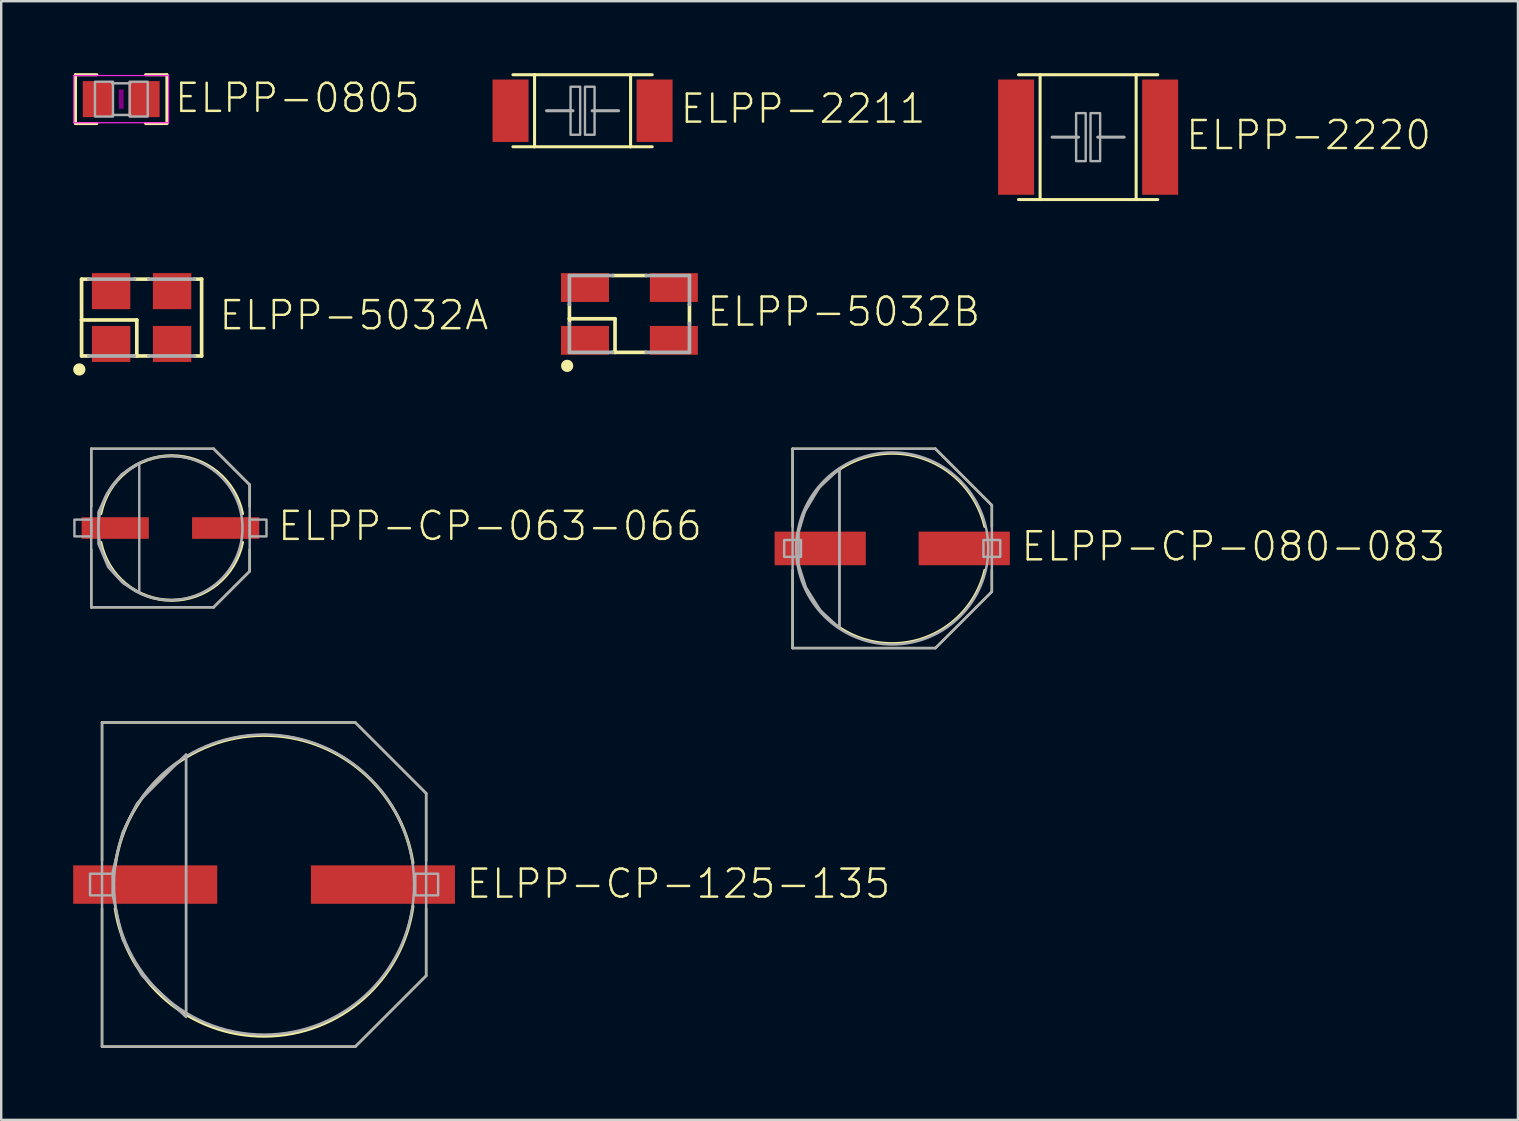
<source format=kicad_pcb>
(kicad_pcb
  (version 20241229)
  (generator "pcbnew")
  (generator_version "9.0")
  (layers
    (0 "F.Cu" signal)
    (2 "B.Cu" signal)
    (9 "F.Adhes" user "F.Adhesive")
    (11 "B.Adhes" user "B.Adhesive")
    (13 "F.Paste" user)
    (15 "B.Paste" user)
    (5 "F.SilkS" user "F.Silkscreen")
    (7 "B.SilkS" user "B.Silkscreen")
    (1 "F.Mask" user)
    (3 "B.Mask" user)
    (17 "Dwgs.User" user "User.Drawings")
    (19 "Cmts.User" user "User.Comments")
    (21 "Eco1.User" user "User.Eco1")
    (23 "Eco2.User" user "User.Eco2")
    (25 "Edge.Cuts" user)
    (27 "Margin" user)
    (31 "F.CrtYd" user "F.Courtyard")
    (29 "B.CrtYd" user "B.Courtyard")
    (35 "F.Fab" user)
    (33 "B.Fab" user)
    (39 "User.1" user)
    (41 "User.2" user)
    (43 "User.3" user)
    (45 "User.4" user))
  (footprint "ELPP-CP-063-066"
    (layer "F.Cu")
    (at 4.05 18.944)
    (property "Reference" "ELPP-CP-063-066" (at 4.4 0.6 0) (unlocked yes) (layer "F.SilkS") (effects (font (size 1.168 1.168) (thickness 0.102)) (justify left bottom)))
    (fp_line (start -3.3 -3.3) (end 1.8 -3.3) (stroke (width 0.102) (type solid)) (layer "F.SilkS"))
    (fp_line (start -3.3 -0.9) (end -3.3 -3.3) (stroke (width 0.102) (type solid)) (layer "F.SilkS"))
    (fp_line (start -3.3 3.3) (end -3.3 0.9) (stroke (width 0.102) (type solid)) (layer "F.SilkS"))
    (fp_line (start 1.8 -3.3) (end 3.3 -1.8) (stroke (width 0.102) (type solid)) (layer "F.SilkS"))
    (fp_line (start 1.8 3.3) (end -3.3 3.3) (stroke (width 0.102) (type solid)) (layer "F.SilkS"))
    (fp_line (start 3.3 -1.8) (end 3.3 -0.9) (stroke (width 0.102) (type solid)) (layer "F.SilkS"))
    (fp_line (start 3.3 0.9) (end 3.3 1.8) (stroke (width 0.102) (type solid)) (layer "F.SilkS"))
    (fp_line (start 3.3 1.8) (end 1.8 3.3) (stroke (width 0.102) (type solid)) (layer "F.SilkS"))
    (fp_arc (start -2.9 -0.6) (mid 0.05 -3.010399) (end 3 -0.6) (stroke (width 0.127) (type solid)) (layer "F.SilkS"))
    (fp_arc (start 3 0.6) (mid 0.05 3.010399) (end -2.9 0.6) (stroke (width 0.127) (type solid)) (layer "F.SilkS"))
    (fp_line (start -3.3 -3.3) (end 1.8 -3.3) (stroke (width 0.102) (type solid)) (layer "F.Fab"))
    (fp_line (start -3.3 3.3) (end -3.3 -3.3) (stroke (width 0.102) (type solid)) (layer "F.Fab"))
    (fp_line (start 1.8 -3.3) (end 3.3 -1.8) (stroke (width 0.102) (type solid)) (layer "F.Fab"))
    (fp_line (start 1.8 3.3) (end -3.3 3.3) (stroke (width 0.102) (type solid)) (layer "F.Fab"))
    (fp_line (start 3.3 -1.8) (end 3.3 1.8) (stroke (width 0.102) (type solid)) (layer "F.Fab"))
    (fp_line (start 3.3 1.8) (end 1.8 3.3) (stroke (width 0.102) (type solid)) (layer "F.Fab"))
    (fp_circle (center 0 0) (end 3 0) (stroke (width 0.102) (type solid)) (fill no) (layer "F.Fab"))
    (fp_poly (pts (xy -4 0.35) (xy -3.3 0.35) (xy -3.3 -0.35) (xy -4 -0.35)) (stroke (width 0.1) (type default)) (fill no) (layer "F.Fab"))
    (fp_poly (pts (xy 3.3 0.35) (xy 4 0.35) (xy 4 -0.35) (xy 3.3 -0.35)) (stroke (width 0.1) (type default)) (fill no) (layer "F.Fab"))
    (fp_poly (pts (xy -1.299 2.688) (xy -1.982 2.29) (xy -2.593 1.628) (xy -3.001 0.66) (xy -3.001 -0.661) (xy -2.644 -1.426) (xy -2.035 -2.238) (xy -1.299 -2.691)) (stroke (width 0.1) (type default)) (fill no) (layer "F.Fab"))
    (pad "+" smd rect (at 2.3 0) (size 2.8 0.9) (layers "F.Cu" "F.Mask" "F.Paste"))
    (pad "-" smd rect (at -2.3 0) (size 2.8 0.9) (layers "F.Cu" "F.Mask" "F.Paste")))
  (footprint "ELPP-0805"
    (layer "F.Cu")
    (at 1.998 1.079)
    (property "Reference" "ELPP-0805" (at 2.159 0.635 0) (unlocked yes) (layer "F.SilkS") (effects (font (size 1.168 1.168) (thickness 0.102)) (justify left bottom)))
    (fp_line (start -1.905 -1.016) (end -1.905 1.016) (stroke (width 0.127) (type solid)) (layer "F.SilkS"))
    (fp_line (start -1.905 1.016) (end -1.016 1.016) (stroke (width 0.127) (type solid)) (layer "F.SilkS"))
    (fp_line (start -1.016 -1.016) (end -1.905 -1.016) (stroke (width 0.127) (type solid)) (layer "F.SilkS"))
    (fp_line (start 1.016 -1.016) (end 1.905 -1.016) (stroke (width 0.127) (type solid)) (layer "F.SilkS"))
    (fp_line (start 1.905 -1.016) (end 1.905 1.016) (stroke (width 0.127) (type solid)) (layer "F.SilkS"))
    (fp_line (start 1.905 1.016) (end 1.016 1.016) (stroke (width 0.127) (type solid)) (layer "F.SilkS"))
    (fp_poly (pts (xy -0.1 0.4) (xy 0.1 0.4) (xy 0.1 -0.4) (xy -0.1 -0.4)) (stroke (width 0) (type default)) (fill yes) (layer "F.Adhes"))
    (fp_line (start -1.973 -0.983) (end 1.973 -0.983) (stroke (width 0.051) (type solid)) (layer "F.CrtYd"))
    (fp_line (start -1.973 0.983) (end -1.973 -0.983) (stroke (width 0.051) (type solid)) (layer "F.CrtYd"))
    (fp_line (start 1.973 -0.983) (end 1.973 0.983) (stroke (width 0.051) (type solid)) (layer "F.CrtYd"))
    (fp_line (start 1.973 0.983) (end -1.973 0.983) (stroke (width 0.051) (type solid)) (layer "F.CrtYd"))
    (fp_line (start -0.381 -0.66) (end 0.381 -0.66) (stroke (width 0.102) (type solid)) (layer "F.Fab"))
    (fp_line (start -0.356 0.66) (end 0.381 0.66) (stroke (width 0.102) (type solid)) (layer "F.Fab"))
    (fp_poly (pts (xy -1.092 0.724) (xy -0.342 0.724) (xy -0.342 -0.726) (xy -1.092 -0.726)) (stroke (width 0.1) (type default)) (fill no) (layer "F.Fab"))
    (fp_poly (pts (xy 0.356 0.724) (xy 1.106 0.724) (xy 1.106 -0.726) (xy 0.356 -0.726)) (stroke (width 0.1) (type default)) (fill no) (layer "F.Fab"))
    (pad "1" smd rect (at -0.95 0) (size 1.3 1.5) (layers "F.Cu" "F.Mask" "F.Paste"))
    (pad "2" smd rect (at 0.95 0) (size 1.3 1.5) (layers "F.Cu" "F.Mask" "F.Paste")))
  (footprint "ELPP-5032B"
    (layer "F.Cu")
    (at 23.168 10.027)
    (property "Reference" "ELPP-5032B" (at 3.16 0.59 0) (unlocked yes) (layer "F.SilkS") (effects (font (size 1.168 1.168) (thickness 0.102)) (justify left bottom)))
    (fp_line (start -2.5 0.2) (end -2.5 -0.4) (stroke (width 0.152) (type solid)) (layer "F.SilkS"))
    (fp_line (start -2.5 0.2) (end -0.6 0.2) (stroke (width 0.152) (type solid)) (layer "F.SilkS"))
    (fp_line (start -2.5 0.4) (end -2.5 0.2) (stroke (width 0.152) (type solid)) (layer "F.SilkS"))
    (fp_line (start -0.7 -1.6) (end 0.7 -1.6) (stroke (width 0.152) (type solid)) (layer "F.SilkS"))
    (fp_line (start -0.7 1.6) (end -0.6 1.6) (stroke (width 0.152) (type solid)) (layer "F.SilkS"))
    (fp_line (start -0.6 0.2) (end -0.6 1.6) (stroke (width 0.152) (type solid)) (layer "F.SilkS"))
    (fp_line (start -0.6 1.6) (end 0.7 1.6) (stroke (width 0.152) (type solid)) (layer "F.SilkS"))
    (fp_line (start 2.5 0.4) (end 2.5 -0.4) (stroke (width 0.152) (type solid)) (layer "F.SilkS"))
    (fp_circle (center -2.594 2.162) (end -2.467 2.162) (stroke (width 0.254) (type solid)) (fill yes) (layer "F.SilkS"))
    (fp_line (start -2.5 -1.6) (end -2.5 -0.4) (stroke (width 0.152) (type solid)) (layer "F.Fab"))
    (fp_line (start -2.5 -1.6) (end -0.7 -1.6) (stroke (width 0.152) (type solid)) (layer "F.Fab"))
    (fp_line (start -2.5 1.6) (end -2.5 0.4) (stroke (width 0.152) (type solid)) (layer "F.Fab"))
    (fp_line (start -2.5 1.6) (end -0.7 1.6) (stroke (width 0.152) (type solid)) (layer "F.Fab"))
    (fp_line (start 0.7 -1.6) (end 2.5 -1.6) (stroke (width 0.152) (type solid)) (layer "F.Fab"))
    (fp_line (start 0.7 1.6) (end 2.5 1.6) (stroke (width 0.152) (type solid)) (layer "F.Fab"))
    (fp_line (start 2.5 -1.6) (end 2.5 -0.4) (stroke (width 0.152) (type solid)) (layer "F.Fab"))
    (fp_line (start 2.5 1.6) (end 2.5 0.4) (stroke (width 0.152) (type solid)) (layer "F.Fab"))
    (pad "1" smd rect (at -1.85 1.1 90) (size 1.2 2) (layers "F.Cu" "F.Mask" "F.Paste"))
    (pad "2" smd rect (at 1.85 1.1 90) (size 1.2 2) (layers "F.Cu" "F.Mask" "F.Paste"))
    (pad "3" smd rect (at 1.85 -1.1 270) (size 1.2 2) (layers "F.Cu" "F.Mask" "F.Paste"))
    (pad "4" smd rect (at -1.85 -1.1 270) (size 1.2 2) (layers "F.Cu" "F.Mask" "F.Paste")))
  (footprint "ELPP-2220"
    (layer "F.Cu")
    (at 42.274 2.663)
    (property "Reference" "ELPP-2220" (at 4 0.6 0) (unlocked yes) (layer "F.SilkS") (effects (font (size 1.168 1.168) (thickness 0.102)) (justify left bottom)))
    (fp_line (start -2.9 -2.6) (end -2 -2.6) (stroke (width 0.127) (type solid)) (layer "F.SilkS"))
    (fp_line (start -2.9 2.6) (end -2 2.6) (stroke (width 0.127) (type solid)) (layer "F.SilkS"))
    (fp_line (start -2 -2.6) (end -2 2.6) (stroke (width 0.127) (type solid)) (layer "F.SilkS"))
    (fp_line (start -2 -2.6) (end 2 -2.6) (stroke (width 0.127) (type solid)) (layer "F.SilkS"))
    (fp_line (start -2 2.6) (end 2 2.6) (stroke (width 0.127) (type solid)) (layer "F.SilkS"))
    (fp_line (start 2 -2.6) (end 2 2.6) (stroke (width 0.127) (type solid)) (layer "F.SilkS"))
    (fp_line (start 2 -2.6) (end 2.9 -2.6) (stroke (width 0.127) (type solid)) (layer "F.SilkS"))
    (fp_line (start 2 2.6) (end 2.9 2.6) (stroke (width 0.127) (type solid)) (layer "F.SilkS"))
    (fp_line (start -0.4 0) (end -1.5 0) (stroke (width 0.127) (type solid)) (layer "F.Fab"))
    (fp_line (start 0.4 0) (end 1.5 0) (stroke (width 0.127) (type solid)) (layer "F.Fab"))
    (fp_poly (pts (xy -0.5 1) (xy -0.1 1) (xy -0.1 -1) (xy -0.5 -1)) (stroke (width 0.1) (type default)) (fill no) (layer "F.Fab"))
    (fp_poly (pts (xy 0.1 1) (xy 0.5 1) (xy 0.5 -1) (xy 0.1 -1)) (stroke (width 0.1) (type default)) (fill no) (layer "F.Fab"))
    (pad "1" smd rect (at -3 0 90) (size 4.8 1.5) (layers "F.Cu" "F.Mask" "F.Paste"))
    (pad "2" smd rect (at 3 0 270) (size 4.8 1.5) (layers "F.Cu" "F.Mask" "F.Paste")))
  (footprint "ELPP-5032A"
    (layer "F.Cu")
    (at 2.848 10.177)
    (property "Reference" "ELPP-5032A" (at 3.16 0.59 0) (unlocked yes) (layer "F.SilkS") (effects (font (size 1.168 1.168) (thickness 0.102)) (justify left bottom)))
    (fp_line (start -2.5 -1.6) (end -2.2 -1.6) (stroke (width 0.152) (type solid)) (layer "F.SilkS"))
    (fp_line (start -2.5 0.1) (end -2.5 -1.6) (stroke (width 0.152) (type solid)) (layer "F.SilkS"))
    (fp_line (start -2.5 0.1) (end -0.2 0.1) (stroke (width 0.152) (type solid)) (layer "F.SilkS"))
    (fp_line (start -2.5 1.6) (end -2.5 0.1) (stroke (width 0.152) (type solid)) (layer "F.SilkS"))
    (fp_line (start -2.5 1.6) (end -2.2 1.6) (stroke (width 0.152) (type solid)) (layer "F.SilkS"))
    (fp_line (start -0.3 -1.6) (end 0.3 -1.6) (stroke (width 0.152) (type solid)) (layer "F.SilkS"))
    (fp_line (start -0.3 1.6) (end -0.2 1.6) (stroke (width 0.152) (type solid)) (layer "F.SilkS"))
    (fp_line (start -0.2 0.1) (end -0.2 1.6) (stroke (width 0.152) (type solid)) (layer "F.SilkS"))
    (fp_line (start -0.2 1.6) (end 0.3 1.6) (stroke (width 0.152) (type solid)) (layer "F.SilkS"))
    (fp_line (start 2.2 -1.6) (end 2.5 -1.6) (stroke (width 0.152) (type solid)) (layer "F.SilkS"))
    (fp_line (start 2.2 1.6) (end 2.5 1.6) (stroke (width 0.152) (type solid)) (layer "F.SilkS"))
    (fp_line (start 2.5 1.6) (end 2.5 -1.6) (stroke (width 0.152) (type solid)) (layer "F.SilkS"))
    (fp_circle (center -2.594 2.162) (end -2.467 2.162) (stroke (width 0.254) (type solid)) (fill yes) (layer "F.SilkS"))
    (fp_line (start -2.2 -1.6) (end -0.3 -1.6) (stroke (width 0.152) (type solid)) (layer "F.Fab"))
    (fp_line (start -2.2 1.6) (end -0.3 1.6) (stroke (width 0.152) (type solid)) (layer "F.Fab"))
    (fp_line (start 0.3 -1.6) (end 2.2 -1.6) (stroke (width 0.152) (type solid)) (layer "F.Fab"))
    (fp_line (start 0.3 1.6) (end 2.2 1.6) (stroke (width 0.152) (type solid)) (layer "F.Fab"))
    (pad "1" smd rect (at -1.27 1.1 90) (size 1.5 1.6) (layers "F.Cu" "F.Mask" "F.Paste"))
    (pad "2" smd rect (at 1.27 1.1 90) (size 1.5 1.6) (layers "F.Cu" "F.Mask" "F.Paste"))
    (pad "3" smd rect (at 1.27 -1.1 270) (size 1.5 1.6) (layers "F.Cu" "F.Mask" "F.Paste"))
    (pad "4" smd rect (at -1.27 -1.1 270) (size 1.5 1.6) (layers "F.Cu" "F.Mask" "F.Paste")))
  (footprint "ELPP-2211"
    (layer "F.Cu")
    (at 21.216 1.563)
    (property "Reference" "ELPP-2211" (at 4 0.6 0) (unlocked yes) (layer "F.SilkS") (effects (font (size 1.168 1.168) (thickness 0.102)) (justify left bottom)))
    (fp_line (start -2.9 -1.5) (end -2 -1.5) (stroke (width 0.127) (type solid)) (layer "F.SilkS"))
    (fp_line (start -2.9 1.5) (end -2 1.5) (stroke (width 0.127) (type solid)) (layer "F.SilkS"))
    (fp_line (start -2 -1.5) (end -2 1.5) (stroke (width 0.127) (type solid)) (layer "F.SilkS"))
    (fp_line (start -2 -1.5) (end 2 -1.5) (stroke (width 0.127) (type solid)) (layer "F.SilkS"))
    (fp_line (start -2 1.5) (end 2 1.5) (stroke (width 0.127) (type solid)) (layer "F.SilkS"))
    (fp_line (start 2 -1.5) (end 2 1.5) (stroke (width 0.127) (type solid)) (layer "F.SilkS"))
    (fp_line (start 2 -1.5) (end 2.9 -1.5) (stroke (width 0.127) (type solid)) (layer "F.SilkS"))
    (fp_line (start 2 1.5) (end 2.9 1.5) (stroke (width 0.127) (type solid)) (layer "F.SilkS"))
    (fp_line (start -0.4 0) (end -1.5 0) (stroke (width 0.127) (type solid)) (layer "F.Fab"))
    (fp_line (start 0.4 0) (end 1.5 0) (stroke (width 0.127) (type solid)) (layer "F.Fab"))
    (fp_poly (pts (xy -0.5 1) (xy -0.1 1) (xy -0.1 -1) (xy -0.5 -1)) (stroke (width 0.1) (type default)) (fill no) (layer "F.Fab"))
    (fp_poly (pts (xy 0.1 1) (xy 0.5 1) (xy 0.5 -1) (xy 0.1 -1)) (stroke (width 0.1) (type default)) (fill no) (layer "F.Fab"))
    (pad "1" smd rect (at -3 0 90) (size 2.6 1.5) (layers "F.Cu" "F.Mask" "F.Paste"))
    (pad "2" smd rect (at 3 0 270) (size 2.6 1.5) (layers "F.Cu" "F.Mask" "F.Paste")))
  (footprint "ELPP-CP-080-083"
    (layer "F.Cu")
    (at 34.114 19.794)
    (property "Reference" "ELPP-CP-080-083" (at 5.3 0.6 0) (unlocked yes) (layer "F.SilkS") (effects (font (size 1.168 1.168) (thickness 0.102)) (justify left bottom)))
    (fp_line (start -4.15 -4.15) (end 1.8 -4.15) (stroke (width 0.102) (type solid)) (layer "F.SilkS"))
    (fp_line (start -4.15 -0.9) (end -4.15 -4.15) (stroke (width 0.102) (type solid)) (layer "F.SilkS"))
    (fp_line (start -4.15 4.15) (end -4.15 0.9) (stroke (width 0.102) (type solid)) (layer "F.SilkS"))
    (fp_line (start 1.8 -4.15) (end 4.15 -1.8) (stroke (width 0.102) (type solid)) (layer "F.SilkS"))
    (fp_line (start 1.8 4.15) (end -4.15 4.15) (stroke (width 0.102) (type solid)) (layer "F.SilkS"))
    (fp_line (start 4.15 -1.8) (end 4.15 -0.9) (stroke (width 0.102) (type solid)) (layer "F.SilkS"))
    (fp_line (start 4.15 0.9) (end 4.15 1.8) (stroke (width 0.102) (type solid)) (layer "F.SilkS"))
    (fp_line (start 4.15 1.8) (end 1.8 4.15) (stroke (width 0.102) (type solid)) (layer "F.SilkS"))
    (fp_arc (start -3.85 -0.9) (mid 0 -3.953796) (end 3.85 -0.9) (stroke (width 0.1016) (type solid)) (layer "F.SilkS"))
    (fp_arc (start 3.85 0.9) (mid 0 3.953796) (end -3.85 0.9) (stroke (width 0.1016) (type solid)) (layer "F.SilkS"))
    (fp_line (start -4.15 -4.15) (end 1.8 -4.15) (stroke (width 0.102) (type solid)) (layer "F.Fab"))
    (fp_line (start -4.15 4.15) (end -4.15 -4.15) (stroke (width 0.102) (type solid)) (layer "F.Fab"))
    (fp_line (start -2.2 -3.25) (end -2.2 3.25) (stroke (width 0.102) (type solid)) (layer "F.Fab"))
    (fp_line (start 1.8 -4.15) (end 4.15 -1.8) (stroke (width 0.102) (type solid)) (layer "F.Fab"))
    (fp_line (start 1.8 4.15) (end -4.15 4.15) (stroke (width 0.102) (type solid)) (layer "F.Fab"))
    (fp_line (start 4.15 -1.8) (end 4.15 1.8) (stroke (width 0.102) (type solid)) (layer "F.Fab"))
    (fp_line (start 4.15 1.8) (end 1.8 4.15) (stroke (width 0.102) (type solid)) (layer "F.Fab"))
    (fp_circle (center 0 0) (end 4 0) (stroke (width 0.102) (type solid)) (fill no) (layer "F.Fab"))
    (fp_poly (pts (xy -4.5 0.35) (xy -3.8 0.35) (xy -3.8 -0.35) (xy -4.5 -0.35)) (stroke (width 0.1) (type default)) (fill no) (layer "F.Fab"))
    (fp_poly (pts (xy 3.8 0.35) (xy 4.5 0.35) (xy 4.5 -0.35) (xy 3.8 -0.35)) (stroke (width 0.1) (type default)) (fill no) (layer "F.Fab"))
    (fp_poly (pts (xy -2.199 3.316) (xy -2.989 2.583) (xy -3.596 1.622) (xy -3.901 0.658) (xy -3.901 -0.657) (xy -3.647 -1.521) (xy -3.04 -2.532) (xy -2.199 -3.317)) (stroke (width 0.1) (type default)) (fill no) (layer "F.Fab"))
    (pad "+" smd rect (at 3 0) (size 3.8 1.4) (layers "F.Cu" "F.Mask" "F.Paste"))
    (pad "-" smd rect (at -3 0) (size 3.8 1.4) (layers "F.Cu" "F.Mask" "F.Paste")))
  (footprint "ELPP-CP-125-135"
    (layer "F.Cu")
    (at 7.95 33.795)
    (property "Reference" "ELPP-CP-125-135" (at 8.35 0.65 0) (unlocked yes) (layer "F.SilkS") (effects (font (size 1.168 1.168) (thickness 0.102)) (justify left bottom)))
    (fp_line (start -6.75 -6.75) (end 3.8 -6.75) (stroke (width 0.102) (type solid)) (layer "F.SilkS"))
    (fp_line (start -6.75 -1) (end -6.75 -6.75) (stroke (width 0.102) (type solid)) (layer "F.SilkS"))
    (fp_line (start -6.75 6.75) (end -6.75 1) (stroke (width 0.102) (type solid)) (layer "F.SilkS"))
    (fp_line (start 3.8 -6.75) (end 6.75 -3.8) (stroke (width 0.102) (type solid)) (layer "F.SilkS"))
    (fp_line (start 3.8 6.75) (end -6.75 6.75) (stroke (width 0.102) (type solid)) (layer "F.SilkS"))
    (fp_line (start 6.75 -3.8) (end 6.75 -1) (stroke (width 0.102) (type solid)) (layer "F.SilkS"))
    (fp_line (start 6.75 1) (end 6.75 3.8) (stroke (width 0.102) (type solid)) (layer "F.SilkS"))
    (fp_line (start 6.75 3.8) (end 3.8 6.75) (stroke (width 0.102) (type solid)) (layer "F.SilkS"))
    (fp_arc (start -6.2 -0.8) (mid -0.043267 -6.215031) (end 6.199999 -0.900001) (stroke (width 0.127) (type solid)) (layer "F.SilkS"))
    (fp_arc (start 6.200001 0.9) (mid 0.043267 6.315031) (end -6.2 1) (stroke (width 0.127) (type solid)) (layer "F.SilkS"))
    (fp_line (start -6.75 -6.75) (end 3.8 -6.75) (stroke (width 0.102) (type solid)) (layer "F.Fab"))
    (fp_line (start -6.75 6.75) (end -6.75 -6.75) (stroke (width 0.102) (type solid)) (layer "F.Fab"))
    (fp_line (start -3.25 -5.3) (end -3.25 5.35) (stroke (width 0.102) (type solid)) (layer "F.Fab"))
    (fp_line (start 3.8 -6.75) (end 6.75 -3.8) (stroke (width 0.102) (type solid)) (layer "F.Fab"))
    (fp_line (start 3.8 6.75) (end -6.75 6.75) (stroke (width 0.102) (type solid)) (layer "F.Fab"))
    (fp_line (start 6.75 -3.8) (end 6.75 3.8) (stroke (width 0.102) (type solid)) (layer "F.Fab"))
    (fp_line (start 6.75 3.8) (end 3.8 6.75) (stroke (width 0.102) (type solid)) (layer "F.Fab"))
    (fp_circle (center 0 0) (end 6.25 0) (stroke (width 0.102) (type solid)) (fill no) (layer "F.Fab"))
    (fp_poly (pts (xy -7.25 0.45) (xy -6.3 0.45) (xy -6.3 -0.45) (xy -7.25 -0.45)) (stroke (width 0.1) (type default)) (fill no) (layer "F.Fab"))
    (fp_poly (pts (xy 6.3 0.45) (xy 7.25 0.45) (xy 7.25 -0.45) (xy 6.3 -0.45)) (stroke (width 0.1) (type default)) (fill no) (layer "F.Fab"))
    (fp_poly (pts (xy -3.249 5.518) (xy -5.091 3.781) (xy -5.898 2.268) (xy -6.301 0.456) (xy -6.301 -0.556) (xy -5.898 -2.168) (xy -5.292 -3.38) (xy -3.249 -5.423)) (stroke (width 0.1) (type default)) (fill no) (layer "F.Fab"))
    (pad "+" smd rect (at 4.95 0) (size 6 1.6) (layers "F.Cu" "F.Mask" "F.Paste"))
    (pad "-" smd rect (at -4.95 0) (size 6 1.6) (layers "F.Cu" "F.Mask" "F.Paste")))
  (gr_rect
    (start -3 -3)
    (end 60.178 43.596)
    (stroke (width 0.1) (type default))
    (fill no)
    (layer "Edge.Cuts")))
</source>
